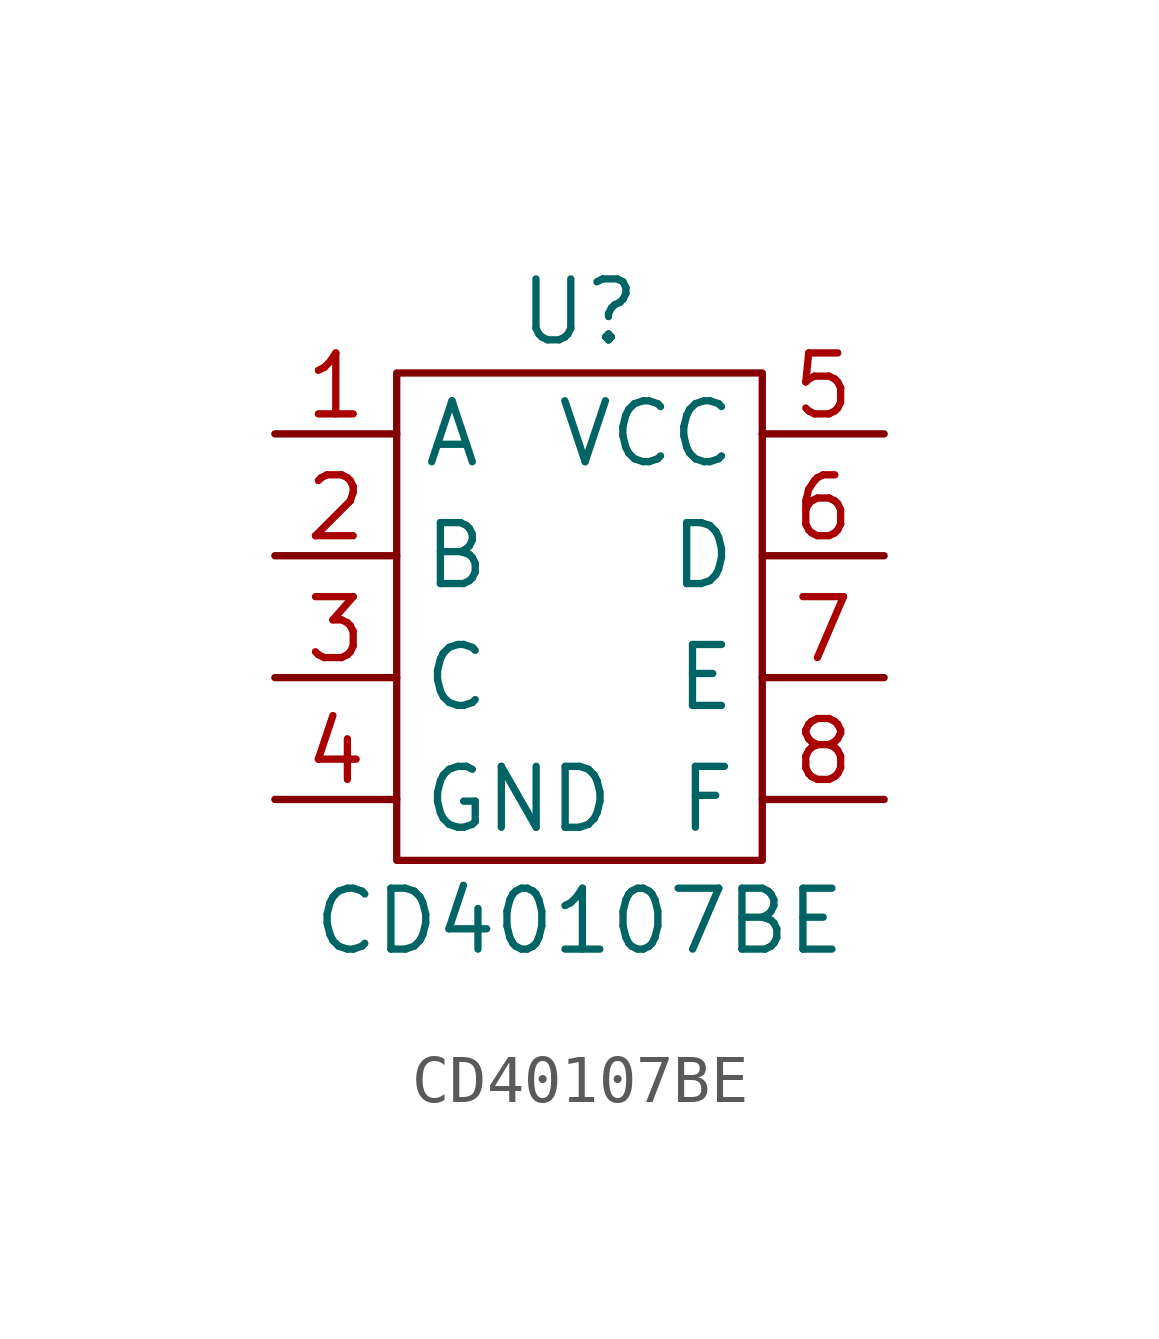
<source format=kicad_sym>
(kicad_symbol_lib
  (version 20211014)
  (generator kicad_symbol_editor)
  (symbol "CD40107BE"
    (property "Reference" "U"
      (at 0 6.35 0)
      (effects (font (size 1.27 1.27))))
    (property "Value" "CD40107BE"
      (at 0 -6.35 0)
      (effects (font (size 1.27 1.27))))
    (symbol "CD40107BE_0_1"
      (rectangle (start 3.81 -5.08) (end -3.81 5.08) (stroke (width 0) (type default) (color 0 0 0 0)) (fill (type none))))
    (symbol "CD40107BE_1_1"
      (pin input line (at -6.35 3.81 0) (length 2.54) (name "A" (effects (font (size 1.27 1.27)))) (number "1" (effects (font (size 1.27 1.27)))))
      (pin input line (at -6.35 1.27 0) (length 2.54) (name "B" (effects (font (size 1.27 1.27)))) (number "2" (effects (font (size 1.27 1.27)))))
      (pin output line (at -6.35 -1.27 0) (length 2.54) (name "C" (effects (font (size 1.27 1.27)))) (number "3" (effects (font (size 1.27 1.27)))))
      (pin power_in line (at -6.35 -3.81 0) (length 2.54) (name "GND" (effects (font (size 1.27 1.27)))) (number "4" (effects (font (size 1.27 1.27)))))
      (pin power_in line (at 6.35 3.81 180) (length 2.54) (name "VCC" (effects (font (size 1.27 1.27)))) (number "5" (effects (font (size 1.27 1.27)))))
      (pin input line (at 6.35 1.27 180) (length 2.54) (name "D" (effects (font (size 1.27 1.27)))) (number "6" (effects (font (size 1.27 1.27)))))
      (pin input line (at 6.35 -1.27 180) (length 2.54) (name "E" (effects (font (size 1.27 1.27)))) (number "7" (effects (font (size 1.27 1.27)))))
      (pin output line (at 6.35 -3.81 180) (length 2.54) (name "F" (effects (font (size 1.27 1.27)))) (number "8" (effects (font (size 1.27 1.27))))))))
</source>
